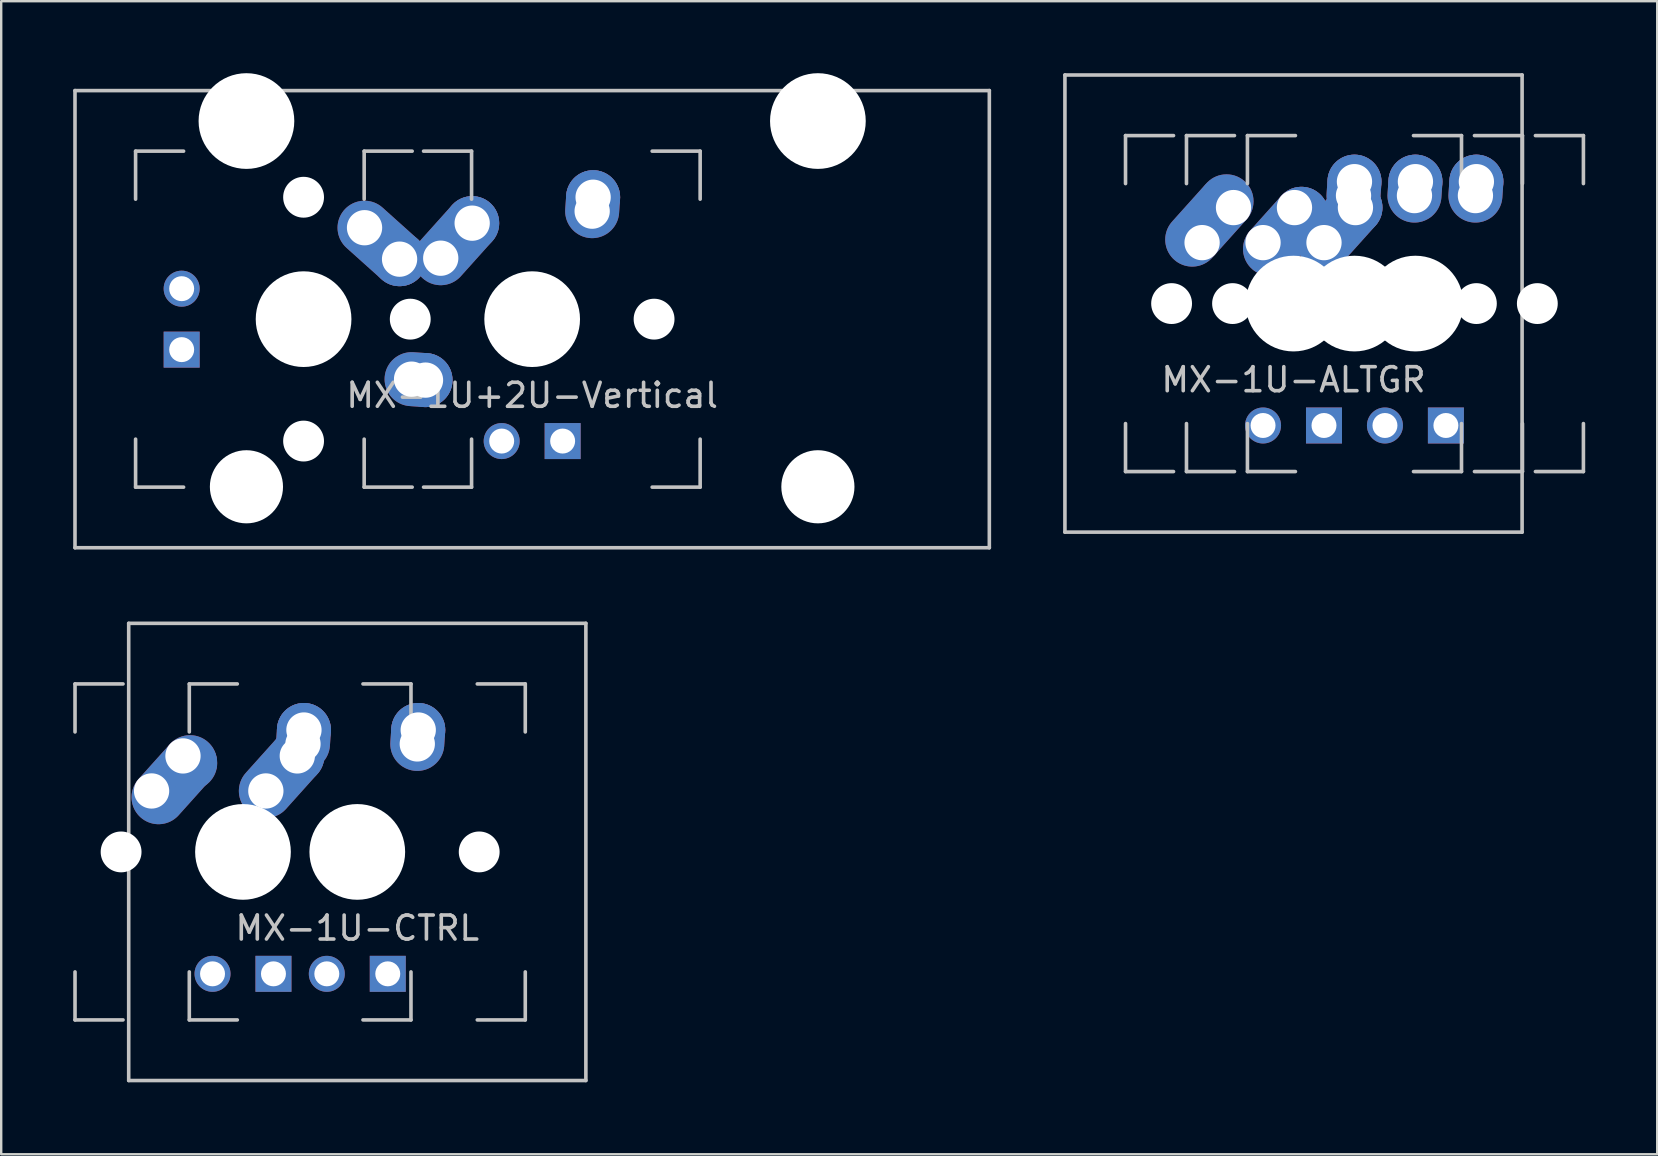
<source format=kicad_pcb>
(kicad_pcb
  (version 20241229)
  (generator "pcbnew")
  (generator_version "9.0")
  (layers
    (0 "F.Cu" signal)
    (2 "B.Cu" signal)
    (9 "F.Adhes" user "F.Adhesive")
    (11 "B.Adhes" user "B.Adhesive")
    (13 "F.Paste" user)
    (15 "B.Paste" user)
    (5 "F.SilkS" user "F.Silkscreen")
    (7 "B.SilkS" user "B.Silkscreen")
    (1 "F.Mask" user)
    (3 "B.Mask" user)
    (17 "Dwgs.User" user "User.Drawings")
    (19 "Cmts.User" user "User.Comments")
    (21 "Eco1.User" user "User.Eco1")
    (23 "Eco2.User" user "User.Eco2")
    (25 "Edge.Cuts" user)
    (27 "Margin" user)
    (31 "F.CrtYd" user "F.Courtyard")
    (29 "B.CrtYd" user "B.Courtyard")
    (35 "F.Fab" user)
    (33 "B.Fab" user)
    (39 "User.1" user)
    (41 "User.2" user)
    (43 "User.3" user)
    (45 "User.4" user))
  (footprint "MX-1U-CTRL"
    (layer "F.Cu")
    (at 11.838 32.449)
    (property "Reference" "MX-1U-CTRL" (at 0 3.175 0) (layer "Dwgs.User") (effects (font (size 1 1) (thickness 0.15))))
    (attr through_hole)
    (fp_line (start -11.762 -7) (end -11.762 -5) (stroke (width 0.15) (type solid)) (layer "Dwgs.User"))
    (fp_line (start -11.762 5) (end -11.762 7) (stroke (width 0.15) (type solid)) (layer "Dwgs.User"))
    (fp_line (start -11.762 7) (end -9.762 7) (stroke (width 0.15) (type solid)) (layer "Dwgs.User"))
    (fp_line (start -9.762 -7) (end -11.762 -7) (stroke (width 0.15) (type solid)) (layer "Dwgs.User"))
    (fp_line (start -9.525 -9.525) (end 9.525 -9.525) (stroke (width 0.15) (type solid)) (layer "Dwgs.User"))
    (fp_line (start -9.525 9.525) (end -9.525 -9.525) (stroke (width 0.15) (type solid)) (layer "Dwgs.User"))
    (fp_line (start -7 -7) (end -7 -5) (stroke (width 0.15) (type solid)) (layer "Dwgs.User"))
    (fp_line (start -7 5) (end -7 7) (stroke (width 0.15) (type solid)) (layer "Dwgs.User"))
    (fp_line (start -7 7) (end -5 7) (stroke (width 0.15) (type solid)) (layer "Dwgs.User"))
    (fp_line (start -5 -7) (end -7 -7) (stroke (width 0.15) (type solid)) (layer "Dwgs.User"))
    (fp_line (start 0.237 -7) (end 2.237 -7) (stroke (width 0.15) (type solid)) (layer "Dwgs.User"))
    (fp_line (start 0.237 7) (end 2.237 7) (stroke (width 0.15) (type solid)) (layer "Dwgs.User"))
    (fp_line (start 2.237 -7) (end 2.237 -5) (stroke (width 0.15) (type solid)) (layer "Dwgs.User"))
    (fp_line (start 2.237 7) (end 2.237 5) (stroke (width 0.15) (type solid)) (layer "Dwgs.User"))
    (fp_line (start 5 -7) (end 7 -7) (stroke (width 0.15) (type solid)) (layer "Dwgs.User"))
    (fp_line (start 5 7) (end 7 7) (stroke (width 0.15) (type solid)) (layer "Dwgs.User"))
    (fp_line (start 7 -7) (end 7 -5) (stroke (width 0.15) (type solid)) (layer "Dwgs.User"))
    (fp_line (start 7 7) (end 7 5) (stroke (width 0.15) (type solid)) (layer "Dwgs.User"))
    (fp_line (start 9.525 -9.525) (end 9.525 9.525) (stroke (width 0.15) (type solid)) (layer "Dwgs.User"))
    (fp_line (start 9.525 9.525) (end -9.525 9.525) (stroke (width 0.15) (type solid)) (layer "Dwgs.User"))
    (pad "" np_thru_hole circle (at -9.842 0 48.1) (size 1.702 1.702) (drill 1.702) (layers "*.Cu" "*.Mask"))
    (pad "" np_thru_hole circle (at -5.08 0 48.1) (size 1.702 1.702) (drill 1.702) (layers "*.Cu" "*.Mask"))
    (pad "" np_thru_hole circle (at -4.763 0) (size 3.988 3.988) (drill 3.988) (layers "*.Cu" "*.Mask"))
    (pad "" np_thru_hole circle (at 0 0) (size 3.988 3.988) (drill 3.988) (layers "*.Cu" "*.Mask"))
    (pad "" np_thru_hole circle (at 0.318 0 48.1) (size 1.702 1.702) (drill 1.702) (layers "*.Cu" "*.Mask"))
    (pad "" np_thru_hole circle (at 5.08 0 48.1) (size 1.702 1.702) (drill 1.702) (layers "*.Cu" "*.Mask"))
    (pad "1" thru_hole oval (at -3.81 -2.54 48.1) (size 4.212 2.25) (drill 1.47 (offset 0.981 0)) (layers "*.Cu" "*.Mask"))
    (pad "1" thru_hole circle (at -2.5 -4) (size 2.25 2.25) (drill 1.47) (layers "*.Cu" "*.Mask"))
    (pad "1" thru_hole oval (at -2.263 -4.5 86.055) (size 2.831 2.25) (drill 1.47 (offset 0.291 0)) (layers "*.Cu" "*.Mask"))
    (pad "1" thru_hole circle (at -2.223 -5.08) (size 2.25 2.25) (drill 1.47) (layers "*.Cu" "*.Mask"))
    (pad "2" thru_hole oval (at -8.572 -2.54 48.1) (size 4.212 2.25) (drill 1.47 (offset 0.981 0.39)) (layers "*.Cu" "*.Mask"))
    (pad "2" thru_hole oval (at -7.263 -4) (size 2.25 2.25) (drill 1.47 (offset 0.3 0.3)) (layers "*.Cu" "*.Mask"))
    (pad "2" thru_hole oval (at 2.5 -4.5 86.055) (size 2.831 2.25) (drill 1.47 (offset 0.291 0)) (layers "*.Cu" "*.Mask"))
    (pad "2" thru_hole circle (at 2.54 -5.08) (size 2.25 2.25) (drill 1.47) (layers "*.Cu" "*.Mask"))
    (pad "3" thru_hole circle (at -6.032 5.08) (size 1.5 1.5) (drill 1.04) (layers "*.Cu" "*.Mask"))
    (pad "3" thru_hole circle (at -1.27 5.08) (size 1.5 1.5) (drill 1.04) (layers "*.Cu" "*.Mask"))
    (pad "4" thru_hole rect (at -3.493 5.08) (size 1.5 1.5) (drill 1.04) (layers "*.Cu" "*.Mask"))
    (pad "4" thru_hole rect (at 1.27 5.08) (size 1.5 1.5) (drill 1.04) (layers "*.Cu" "*.Mask")))
  (footprint "MX-1U-ALTGR"
    (layer "F.Cu")
    (at 50.85 9.6)
    (property "Reference" "MX-1U-ALTGR" (at 0 3.175 0) (layer "Dwgs.User") (effects (font (size 1 1) (thickness 0.15))))
    (attr through_hole)
    (fp_line (start -9.525 -9.525) (end 9.525 -9.525) (stroke (width 0.15) (type solid)) (layer "Dwgs.User"))
    (fp_line (start -9.525 9.525) (end -9.525 -9.525) (stroke (width 0.15) (type solid)) (layer "Dwgs.User"))
    (fp_line (start -7 -7) (end -7 -5) (stroke (width 0.15) (type solid)) (layer "Dwgs.User"))
    (fp_line (start -7 5) (end -7 7) (stroke (width 0.15) (type solid)) (layer "Dwgs.User"))
    (fp_line (start -7 7) (end -5 7) (stroke (width 0.15) (type solid)) (layer "Dwgs.User"))
    (fp_line (start -5 -7) (end -7 -7) (stroke (width 0.15) (type solid)) (layer "Dwgs.User"))
    (fp_line (start -4.46 -7) (end -4.46 -5) (stroke (width 0.15) (type solid)) (layer "Dwgs.User"))
    (fp_line (start -4.46 5) (end -4.46 7) (stroke (width 0.15) (type solid)) (layer "Dwgs.User"))
    (fp_line (start -4.46 7) (end -2.46 7) (stroke (width 0.15) (type solid)) (layer "Dwgs.User"))
    (fp_line (start -2.46 -7) (end -4.46 -7) (stroke (width 0.15) (type solid)) (layer "Dwgs.User"))
    (fp_line (start -1.92 -7) (end -1.92 -5) (stroke (width 0.15) (type solid)) (layer "Dwgs.User"))
    (fp_line (start -1.92 5) (end -1.92 7) (stroke (width 0.15) (type solid)) (layer "Dwgs.User"))
    (fp_line (start -1.92 7) (end 0.08 7) (stroke (width 0.15) (type solid)) (layer "Dwgs.User"))
    (fp_line (start 0.08 -7) (end -1.92 -7) (stroke (width 0.15) (type solid)) (layer "Dwgs.User"))
    (fp_line (start 5 -7) (end 7 -7) (stroke (width 0.15) (type solid)) (layer "Dwgs.User"))
    (fp_line (start 5 7) (end 7 7) (stroke (width 0.15) (type solid)) (layer "Dwgs.User"))
    (fp_line (start 7 -7) (end 7 -5) (stroke (width 0.15) (type solid)) (layer "Dwgs.User"))
    (fp_line (start 7 7) (end 7 5) (stroke (width 0.15) (type solid)) (layer "Dwgs.User"))
    (fp_line (start 7.54 -7) (end 9.54 -7) (stroke (width 0.15) (type solid)) (layer "Dwgs.User"))
    (fp_line (start 7.54 7) (end 9.54 7) (stroke (width 0.15) (type solid)) (layer "Dwgs.User"))
    (fp_line (start 9.525 -9.525) (end 9.525 9.525) (stroke (width 0.15) (type solid)) (layer "Dwgs.User"))
    (fp_line (start 9.525 9.525) (end -9.525 9.525) (stroke (width 0.15) (type solid)) (layer "Dwgs.User"))
    (fp_line (start 9.54 -7) (end 9.54 -5) (stroke (width 0.15) (type solid)) (layer "Dwgs.User"))
    (fp_line (start 9.54 7) (end 9.54 5) (stroke (width 0.15) (type solid)) (layer "Dwgs.User"))
    (fp_line (start 10.08 -7) (end 12.08 -7) (stroke (width 0.15) (type solid)) (layer "Dwgs.User"))
    (fp_line (start 10.08 7) (end 12.08 7) (stroke (width 0.15) (type solid)) (layer "Dwgs.User"))
    (fp_line (start 12.08 -7) (end 12.08 -5) (stroke (width 0.15) (type solid)) (layer "Dwgs.User"))
    (fp_line (start 12.08 7) (end 12.08 5) (stroke (width 0.15) (type solid)) (layer "Dwgs.User"))
    (pad "" np_thru_hole circle (at -5.08 0 48.1) (size 1.702 1.702) (drill 1.702) (layers "*.Cu" "*.Mask"))
    (pad "" np_thru_hole circle (at -2.54 0 48.1) (size 1.702 1.702) (drill 1.702) (layers "*.Cu" "*.Mask"))
    (pad "" np_thru_hole circle (at 0 0) (size 3.988 3.988) (drill 3.988) (layers "*.Cu" "*.Mask"))
    (pad "" np_thru_hole circle (at 2.54 0) (size 3.988 3.988) (drill 3.988) (layers "*.Cu" "*.Mask"))
    (pad "" np_thru_hole circle (at 5.08 0) (size 3.988 3.988) (drill 3.988) (layers "*.Cu" "*.Mask"))
    (pad "" np_thru_hole circle (at 7.62 0 48.1) (size 1.702 1.702) (drill 1.702) (layers "*.Cu" "*.Mask"))
    (pad "" np_thru_hole circle (at 10.16 0 48.1) (size 1.702 1.702) (drill 1.702) (layers "*.Cu" "*.Mask"))
    (pad "1" thru_hole oval (at -1.27 -2.54 48.1) (size 4.212 2.25) (drill 1.47 (offset 0.981 0.39)) (layers "*.Cu" "*.Mask"))
    (pad "1" thru_hole oval (at 0.04 -4 48.1) (size 2.25 2.25) (drill 1.47 (offset 0 0.39)) (layers "*.Cu" "*.Mask"))
    (pad "1" thru_hole oval (at 1.27 -2.54 48.1) (size 4.212 2.25) (drill 1.47 (offset 0.981 0)) (layers "*.Cu" "*.Mask"))
    (pad "1" thru_hole oval (at 2.5 -4.5 86.055) (size 2.831 2.25) (drill 1.47 (offset 0.291 0)) (layers "*.Cu" "*.Mask"))
    (pad "1" thru_hole circle (at 2.54 -5.08) (size 2.25 2.25) (drill 1.47) (layers "*.Cu" "*.Mask"))
    (pad "1" thru_hole circle (at 2.58 -4) (size 2.25 2.25) (drill 1.47) (layers "*.Cu" "*.Mask"))
    (pad "2" thru_hole oval (at -3.81 -2.54 48.1) (size 4.212 2.25) (drill 1.47 (offset 0.8 -0.39)) (layers "*.Cu" "*.Mask"))
    (pad "2" thru_hole oval (at -2.5 -4 48.1) (size 2.25 2.25) (drill 1.47 (offset 0 -0.39)) (layers "*.Cu" "*.Mask"))
    (pad "2" thru_hole oval (at 5.04 -4.5 86.055) (size 2.831 2.25) (drill 1.47 (offset 0.291 0)) (layers "*.Cu" "*.Mask"))
    (pad "2" thru_hole circle (at 5.08 -5.08) (size 2.25 2.25) (drill 1.47) (layers "*.Cu" "*.Mask"))
    (pad "2" thru_hole oval (at 7.58 -4.5 86.055) (size 2.831 2.25) (drill 1.47 (offset 0.291 0)) (layers "*.Cu" "*.Mask"))
    (pad "2" thru_hole circle (at 7.62 -5.08) (size 2.25 2.25) (drill 1.47) (layers "*.Cu" "*.Mask"))
    (pad "3" thru_hole circle (at -1.27 5.08) (size 1.5 1.5) (drill 1.04) (layers "*.Cu" "*.Mask"))
    (pad "3" thru_hole circle (at 3.81 5.08) (size 1.5 1.5) (drill 1.04) (layers "*.Cu" "*.Mask"))
    (pad "4" thru_hole rect (at 1.27 5.08) (size 1.5 1.5) (drill 1.04) (layers "*.Cu" "*.Mask"))
    (pad "4" thru_hole rect (at 6.35 5.08) (size 1.5 1.5) (drill 1.04) (layers "*.Cu" "*.Mask")))
  (footprint "MX-1U+2U-Vertical"
    (layer "F.Cu")
    (at 19.125 10.249)
    (property "Reference" "MX-1U+2U-Vertical" (at 0 3.175 0) (layer "Dwgs.User") (effects (font (size 1 1) (thickness 0.15))))
    (attr through_hole)
    (fp_line (start -19.05 -9.525) (end 19.05 -9.525) (stroke (width 0.15) (type solid)) (layer "Dwgs.User"))
    (fp_line (start -19.05 9.525) (end -19.05 -9.525) (stroke (width 0.15) (type solid)) (layer "Dwgs.User"))
    (fp_line (start -19.05 9.525) (end 19.05 9.525) (stroke (width 0.15) (type solid)) (layer "Dwgs.User"))
    (fp_line (start -16.525 -7) (end -16.525 -5) (stroke (width 0.15) (type solid)) (layer "Dwgs.User"))
    (fp_line (start -16.525 5) (end -16.525 7) (stroke (width 0.15) (type solid)) (layer "Dwgs.User"))
    (fp_line (start -16.525 7) (end -14.525 7) (stroke (width 0.15) (type solid)) (layer "Dwgs.User"))
    (fp_line (start -14.525 -7) (end -16.525 -7) (stroke (width 0.15) (type solid)) (layer "Dwgs.User"))
    (fp_line (start -7 -7) (end -7 -5) (stroke (width 0.15) (type solid)) (layer "Dwgs.User"))
    (fp_line (start -7 5) (end -7 7) (stroke (width 0.15) (type solid)) (layer "Dwgs.User"))
    (fp_line (start -7 7) (end -5 7) (stroke (width 0.15) (type solid)) (layer "Dwgs.User"))
    (fp_line (start -5 -7) (end -7 -7) (stroke (width 0.15) (type solid)) (layer "Dwgs.User"))
    (fp_line (start -2.525 -7) (end -4.525 -7) (stroke (width 0.15) (type solid)) (layer "Dwgs.User"))
    (fp_line (start -2.525 -5) (end -2.525 -7) (stroke (width 0.15) (type solid)) (layer "Dwgs.User"))
    (fp_line (start -2.525 5) (end -2.525 7) (stroke (width 0.15) (type solid)) (layer "Dwgs.User"))
    (fp_line (start -2.525 7) (end -4.525 7) (stroke (width 0.15) (type solid)) (layer "Dwgs.User"))
    (fp_line (start 5 -7) (end 7 -7) (stroke (width 0.15) (type solid)) (layer "Dwgs.User"))
    (fp_line (start 5 7) (end 7 7) (stroke (width 0.15) (type solid)) (layer "Dwgs.User"))
    (fp_line (start 7 -7) (end 7 -5) (stroke (width 0.15) (type solid)) (layer "Dwgs.User"))
    (fp_line (start 7 7) (end 7 5) (stroke (width 0.15) (type solid)) (layer "Dwgs.User"))
    (fp_line (start 19.05 -9.525) (end 19.05 9.525) (stroke (width 0.15) (type solid)) (layer "Dwgs.User"))
    (pad "" np_thru_hole circle (at -11.906 -8.255) (size 3.988 3.988) (drill 3.988) (layers "*.Cu" "*.Mask"))
    (pad "" np_thru_hole circle (at -11.906 6.985) (size 3.048 3.048) (drill 3.048) (layers "*.Cu" "*.Mask"))
    (pad "" np_thru_hole circle (at -9.525 -5.08 318.1) (size 1.702 1.702) (drill 1.702) (layers "*.Cu" "*.Mask"))
    (pad "" np_thru_hole circle (at -9.525 0 270) (size 3.988 3.988) (drill 3.988) (layers "*.Cu" "*.Mask"))
    (pad "" np_thru_hole circle (at -9.525 5.08 318.1) (size 1.702 1.702) (drill 1.702) (layers "*.Cu" "*.Mask"))
    (pad "" np_thru_hole circle (at -5.08 0 48.1) (size 1.702 1.702) (drill 1.702) (layers "*.Cu" "*.Mask"))
    (pad "" np_thru_hole circle (at 0 0) (size 3.988 3.988) (drill 3.988) (layers "*.Cu" "*.Mask"))
    (pad "" np_thru_hole circle (at 5.08 0 48.1) (size 1.702 1.702) (drill 1.702) (layers "*.Cu" "*.Mask"))
    (pad "" np_thru_hole circle (at 11.906 -8.255) (size 3.988 3.988) (drill 3.988) (layers "*.Cu" "*.Mask"))
    (pad "" np_thru_hole circle (at 11.906 6.985) (size 3.048 3.048) (drill 3.048) (layers "*.Cu" "*.Mask"))
    (pad "1" thru_hole oval (at -6.985 -3.81 318.1) (size 4.212 2.25) (drill 1.47 (offset 0.981 0)) (layers "*.Cu" "*.Mask"))
    (pad "1" thru_hole circle (at -5.525 -2.5 270) (size 2.25 2.25) (drill 1.47) (layers "*.Cu" "*.Mask"))
    (pad "1" thru_hole oval (at -3.81 -2.54 48.1) (size 4.212 2.25) (drill 1.47 (offset 0.981 0)) (layers "*.Cu" "*.Mask"))
    (pad "1" thru_hole circle (at -2.5 -4) (size 2.25 2.25) (drill 1.47) (layers "*.Cu" "*.Mask"))
    (pad "2" thru_hole oval (at -5.025 2.5 356.055) (size 2.831 2.25) (drill 1.47 (offset 0.291 0)) (layers "*.Cu" "*.Mask"))
    (pad "2" thru_hole circle (at -4.445 2.54 270) (size 2.25 2.25) (drill 1.47) (layers "*.Cu" "*.Mask"))
    (pad "2" thru_hole oval (at 2.5 -4.5 86.055) (size 2.831 2.25) (drill 1.47 (offset 0.291 0)) (layers "*.Cu" "*.Mask"))
    (pad "2" thru_hole circle (at 2.54 -5.08) (size 2.25 2.25) (drill 1.47) (layers "*.Cu" "*.Mask"))
    (pad "3" thru_hole circle (at -14.605 -1.27 270) (size 1.5 1.5) (drill 1.04) (layers "*.Cu" "*.Mask"))
    (pad "3" thru_hole circle (at -1.27 5.08) (size 1.5 1.5) (drill 1.04) (layers "*.Cu" "*.Mask"))
    (pad "4" thru_hole rect (at -14.605 1.27 270) (size 1.5 1.5) (drill 1.04) (layers "*.Cu" "*.Mask"))
    (pad "4" thru_hole rect (at 1.27 5.08) (size 1.5 1.5) (drill 1.04) (layers "*.Cu" "*.Mask")))
  (gr_rect
    (start -3 -3)
    (end 66.005 45.049)
    (stroke (width 0.1) (type default))
    (fill no)
    (layer "Edge.Cuts")))
</source>
